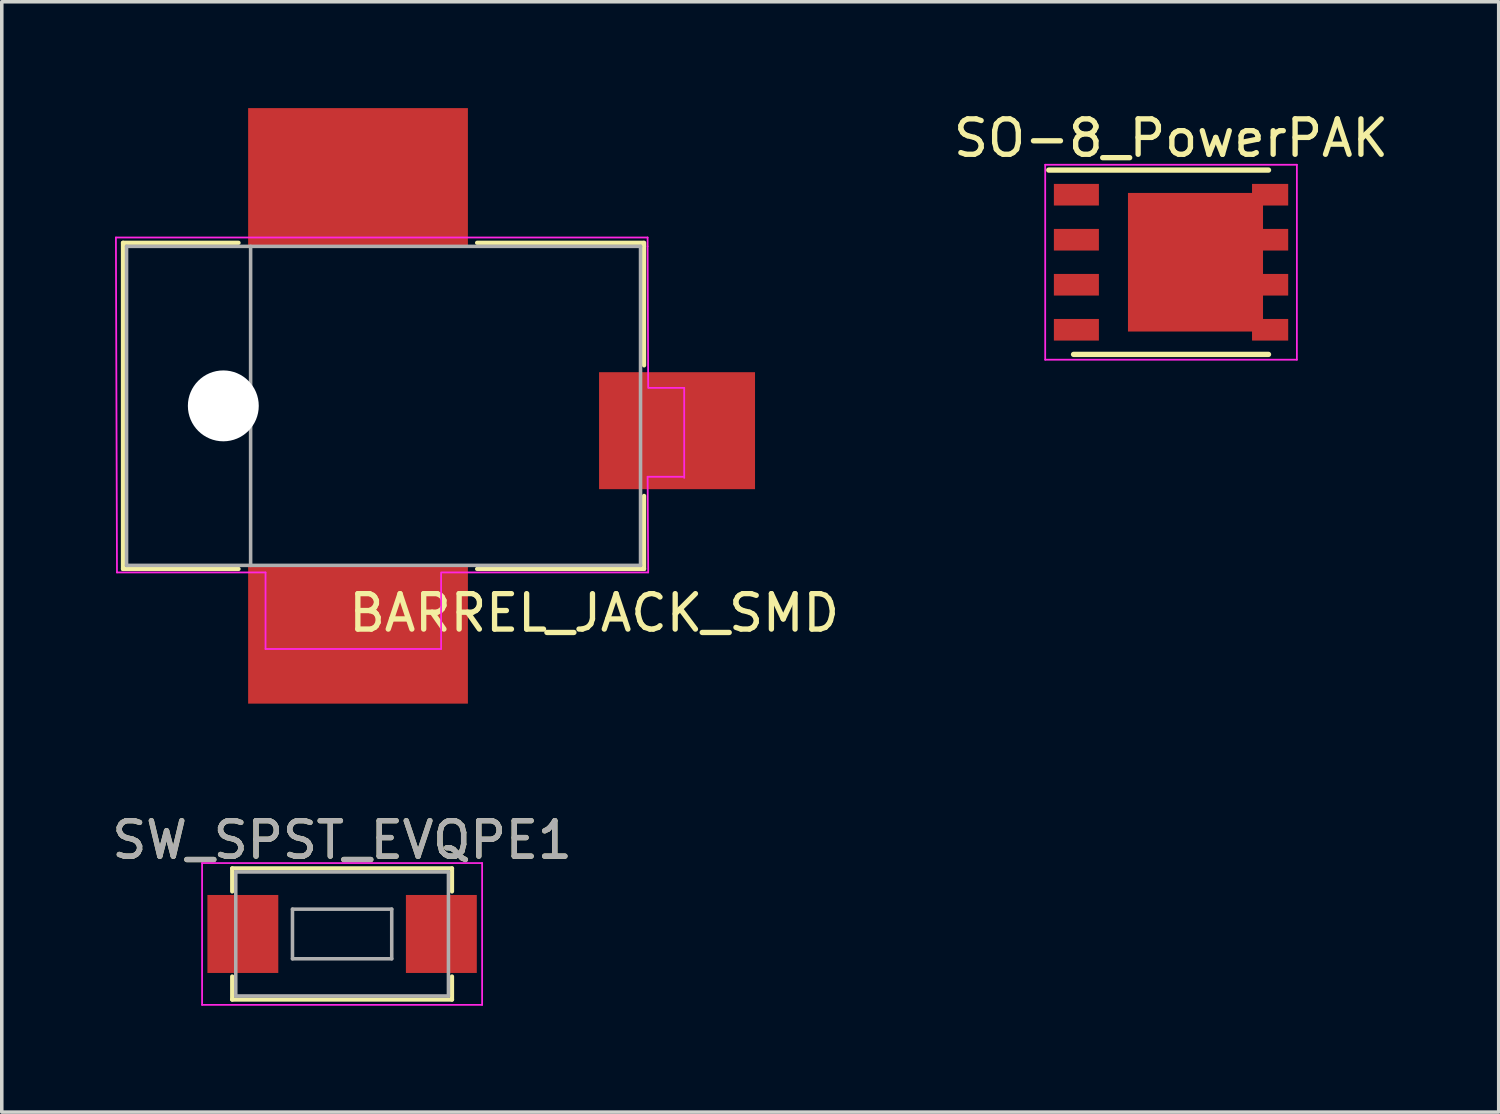
<source format=kicad_pcb>
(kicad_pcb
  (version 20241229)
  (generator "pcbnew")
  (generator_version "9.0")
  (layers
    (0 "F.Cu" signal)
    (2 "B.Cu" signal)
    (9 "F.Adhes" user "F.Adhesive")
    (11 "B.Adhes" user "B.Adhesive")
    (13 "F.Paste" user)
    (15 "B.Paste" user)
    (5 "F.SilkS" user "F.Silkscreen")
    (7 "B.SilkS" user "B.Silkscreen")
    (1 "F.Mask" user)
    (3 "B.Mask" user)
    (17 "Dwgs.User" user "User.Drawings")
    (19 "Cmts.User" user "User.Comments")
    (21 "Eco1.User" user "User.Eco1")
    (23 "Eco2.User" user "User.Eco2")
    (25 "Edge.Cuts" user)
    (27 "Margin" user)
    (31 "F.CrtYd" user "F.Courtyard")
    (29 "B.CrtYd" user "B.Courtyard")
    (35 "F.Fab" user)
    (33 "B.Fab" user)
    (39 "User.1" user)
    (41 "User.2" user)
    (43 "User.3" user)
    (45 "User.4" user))
  (footprint "SO-8_PowerPAK"
    (layer "F.Cu")
    (at 29.986 4.348)
    (property "Reference" "SO-8_PowerPAK" (at 0 -3.5 0) (layer "F.SilkS") (effects (font (size 1 1) (thickness 0.15))))
    (attr smd)
    (fp_line (start -3.45 -2.6) (end 2.75 -2.6) (stroke (width 0.15) (type solid)) (layer "F.SilkS"))
    (fp_line (start -2.75 2.6) (end 2.75 2.6) (stroke (width 0.15) (type solid)) (layer "F.SilkS"))
    (fp_line (start -3.55 -2.75) (end -3.55 2.75) (stroke (width 0.05) (type solid)) (layer "F.CrtYd"))
    (fp_line (start -3.55 -2.75) (end 3.55 -2.75) (stroke (width 0.05) (type solid)) (layer "F.CrtYd"))
    (fp_line (start -3.55 2.75) (end 3.55 2.75) (stroke (width 0.05) (type solid)) (layer "F.CrtYd"))
    (fp_line (start 3.55 -2.75) (end 3.55 2.75) (stroke (width 0.05) (type solid)) (layer "F.CrtYd"))
    (pad "1" smd rect (at 0.69 0) (size 3.81 3.91) (layers "F.Cu" "F.Mask" "F.Paste"))
    (pad "1" smd rect (at 2.795 -1.905) (size 1.02 0.61) (layers "F.Cu" "F.Mask" "F.Paste"))
    (pad "1" smd rect (at 2.795 -0.635) (size 1.02 0.61) (layers "F.Cu" "F.Mask" "F.Paste"))
    (pad "1" smd rect (at 2.795 0.635) (size 1.02 0.61) (layers "F.Cu" "F.Mask" "F.Paste"))
    (pad "1" smd rect (at 2.795 1.905) (size 1.02 0.61) (layers "F.Cu" "F.Mask" "F.Paste"))
    (pad "2" smd rect (at -2.67 1.905) (size 1.27 0.61) (layers "F.Cu" "F.Mask" "F.Paste"))
    (pad "3" smd rect (at -2.67 -1.905) (size 1.27 0.61) (layers "F.Cu" "F.Mask" "F.Paste"))
    (pad "3" smd rect (at -2.67 -0.635) (size 1.27 0.61) (layers "F.Cu" "F.Mask" "F.Paste"))
    (pad "3" smd rect (at -2.67 0.635) (size 1.27 0.61) (layers "F.Cu" "F.Mask" "F.Paste")))
  (footprint "SW_SPST_EVQPE1"
    (layer "F.Cu")
    (at 6.601 23.298)
    (property "Reference" "SW_SPST_EVQPE1" (at 0 -2.65 0) (layer "F.SilkS") (effects (font (size 1 1) (thickness 0.15))))
    (attr smd)
    (fp_line (start -3.1 -1.85) (end -3.1 -1.2) (stroke (width 0.12) (type solid)) (layer "F.SilkS"))
    (fp_line (start -3.1 1.2) (end -3.1 1.85) (stroke (width 0.12) (type solid)) (layer "F.SilkS"))
    (fp_line (start -3.1 1.85) (end 3.1 1.85) (stroke (width 0.12) (type solid)) (layer "F.SilkS"))
    (fp_line (start 3.1 -1.85) (end -3.1 -1.85) (stroke (width 0.12) (type solid)) (layer "F.SilkS"))
    (fp_line (start 3.1 -1.85) (end 3.1 -1.2) (stroke (width 0.12) (type solid)) (layer "F.SilkS"))
    (fp_line (start 3.1 1.85) (end 3.1 1.2) (stroke (width 0.12) (type solid)) (layer "F.SilkS"))
    (fp_line (start -3.95 -2) (end 3.95 -2) (stroke (width 0.05) (type solid)) (layer "F.CrtYd"))
    (fp_line (start -3.95 2) (end -3.95 -2) (stroke (width 0.05) (type solid)) (layer "F.CrtYd"))
    (fp_line (start 3.95 -2) (end 3.95 2) (stroke (width 0.05) (type solid)) (layer "F.CrtYd"))
    (fp_line (start 3.95 2) (end -3.95 2) (stroke (width 0.05) (type solid)) (layer "F.CrtYd"))
    (fp_line (start -3 -1.75) (end 3 -1.75) (stroke (width 0.1) (type solid)) (layer "F.Fab"))
    (fp_line (start -3 1.75) (end -3 -1.75) (stroke (width 0.1) (type solid)) (layer "F.Fab"))
    (fp_line (start -1.4 -0.7) (end 1.4 -0.7) (stroke (width 0.1) (type solid)) (layer "F.Fab"))
    (fp_line (start -1.4 0.7) (end -1.4 -0.7) (stroke (width 0.1) (type solid)) (layer "F.Fab"))
    (fp_line (start 1.4 -0.7) (end 1.4 0.7) (stroke (width 0.1) (type solid)) (layer "F.Fab"))
    (fp_line (start 1.4 0.7) (end -1.4 0.7) (stroke (width 0.1) (type solid)) (layer "F.Fab"))
    (fp_line (start 3 -1.75) (end 3 1.75) (stroke (width 0.1) (type solid)) (layer "F.Fab"))
    (fp_line (start 3 1.75) (end -3 1.75) (stroke (width 0.1) (type solid)) (layer "F.Fab"))
    (fp_text user "${REFERENCE}" (at 0 -2.65 0) (layer "F.Fab") (effects (font (size 1 1) (thickness 0.15))))
    (pad "1" smd rect (at -2.8 0) (size 2 2.2) (layers "F.Cu" "F.Mask" "F.Paste"))
    (pad "2" smd rect (at 2.8 0) (size 2 2.2) (layers "F.Cu" "F.Mask" "F.Paste")))
  (footprint "BARREL_JACK_SMD"
    (layer "F.Cu")
    (at 0.25 8.4)
    (property "Reference" "BARREL_JACK_SMD" (at 13.462 5.842 180) (layer "F.SilkS") (effects (font (size 1 1) (thickness 0.15))))
    (attr through_hole)
    (fp_line (start 0.17 -4.6) (end 3.429 -4.6) (stroke (width 0.12) (type solid)) (layer "F.SilkS"))
    (fp_line (start 0.17 4.6) (end 0.17 -4.6) (stroke (width 0.12) (type solid)) (layer "F.SilkS"))
    (fp_line (start 3.429 4.6) (end 0.17 4.6) (stroke (width 0.12) (type solid)) (layer "F.SilkS"))
    (fp_line (start 14.859 -4.6) (end 10.16 -4.6) (stroke (width 0.12) (type solid)) (layer "F.SilkS"))
    (fp_line (start 14.87 -4.6) (end 14.87 -1.143) (stroke (width 0.12) (type solid)) (layer "F.SilkS"))
    (fp_line (start 14.87 2.54) (end 14.87 4.6) (stroke (width 0.12) (type solid)) (layer "F.SilkS"))
    (fp_line (start 14.87 4.6) (end 10.16 4.6) (stroke (width 0.12) (type solid)) (layer "F.SilkS"))
    (fp_line (start 0 4.699) (end -0.03 -4.75) (stroke (width 0.05) (type solid)) (layer "F.CrtYd"))
    (fp_line (start 4.191 4.699) (end 0 4.699) (stroke (width 0.05) (type solid)) (layer "F.CrtYd"))
    (fp_line (start 4.191 6.858) (end 4.191 4.699) (stroke (width 0.05) (type solid)) (layer "F.CrtYd"))
    (fp_line (start 9.144 4.731) (end 9.144 6.858) (stroke (width 0.05) (type solid)) (layer "F.CrtYd"))
    (fp_line (start 9.144 6.858) (end 4.191 6.858) (stroke (width 0.05) (type solid)) (layer "F.CrtYd"))
    (fp_line (start 14.97 -4.75) (end -0.03 -4.75) (stroke (width 0.05) (type solid)) (layer "F.CrtYd"))
    (fp_line (start 14.97 -4.5) (end 14.97 -4.75) (stroke (width 0.05) (type solid)) (layer "F.CrtYd"))
    (fp_line (start 14.97 -4.5) (end 14.986 -0.508) (stroke (width 0.05) (type solid)) (layer "F.CrtYd"))
    (fp_line (start 14.97 2) (end 14.986 4.699) (stroke (width 0.05) (type solid)) (layer "F.CrtYd"))
    (fp_line (start 14.986 4.699) (end 9.144 4.699) (stroke (width 0.05) (type solid)) (layer "F.CrtYd"))
    (fp_line (start 15.002 -0.508) (end 16.002 -0.508) (stroke (width 0.05) (type solid)) (layer "F.CrtYd"))
    (fp_line (start 15.97 2) (end 14.97 2) (stroke (width 0.05) (type solid)) (layer "F.CrtYd"))
    (fp_line (start 16.002 -0.508) (end 16.002 2.032) (stroke (width 0.05) (type solid)) (layer "F.CrtYd"))
    (fp_line (start 0.27 -4.5) (end 0.27 4.5) (stroke (width 0.1) (type solid)) (layer "F.Fab"))
    (fp_line (start 0.27 4.5) (end 14.77 4.5) (stroke (width 0.1) (type solid)) (layer "F.Fab"))
    (fp_line (start 3.77 -4.5) (end 3.77 4.5) (stroke (width 0.1) (type solid)) (layer "F.Fab"))
    (fp_line (start 14.77 -4.5) (end 0.27 -4.5) (stroke (width 0.1) (type solid)) (layer "F.Fab"))
    (fp_line (start 14.77 4.5) (end 14.77 -4.5) (stroke (width 0.1) (type solid)) (layer "F.Fab"))
    (pad "" np_thru_hole circle (at 3 0) (size 2 2) (drill 2) (layers "*.Cu" "*.Mask"))
    (pad "1" smd rect (at 15.8 0.7) (size 4.4 3.3) (layers "F.Cu" "F.Mask" "F.Paste"))
    (pad "2" smd rect (at 6.8 -6.45) (size 6.2 3.9) (layers "F.Cu" "F.Mask" "F.Paste"))
    (pad "3" smd rect (at 6.8 6.45) (size 6.2 3.9) (layers "F.Cu" "F.Mask" "F.Paste")))
  (gr_rect
    (start -3 -3)
    (end 39.23 28.323)
    (stroke (width 0.1) (type default))
    (fill no)
    (layer "Edge.Cuts")))
</source>
